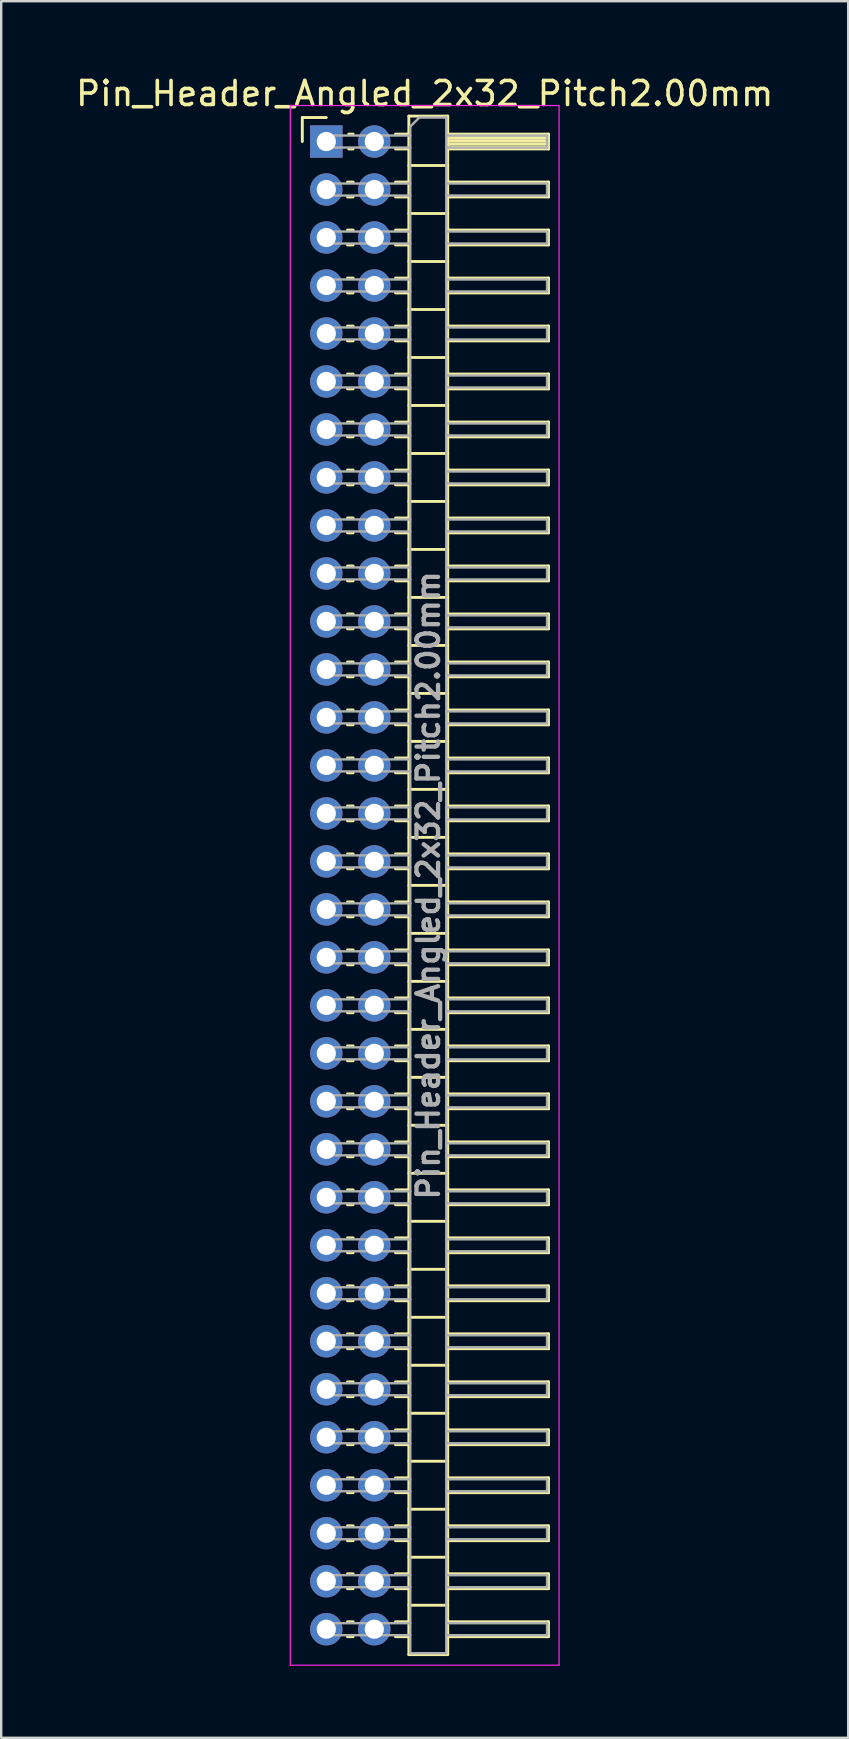
<source format=kicad_pcb>
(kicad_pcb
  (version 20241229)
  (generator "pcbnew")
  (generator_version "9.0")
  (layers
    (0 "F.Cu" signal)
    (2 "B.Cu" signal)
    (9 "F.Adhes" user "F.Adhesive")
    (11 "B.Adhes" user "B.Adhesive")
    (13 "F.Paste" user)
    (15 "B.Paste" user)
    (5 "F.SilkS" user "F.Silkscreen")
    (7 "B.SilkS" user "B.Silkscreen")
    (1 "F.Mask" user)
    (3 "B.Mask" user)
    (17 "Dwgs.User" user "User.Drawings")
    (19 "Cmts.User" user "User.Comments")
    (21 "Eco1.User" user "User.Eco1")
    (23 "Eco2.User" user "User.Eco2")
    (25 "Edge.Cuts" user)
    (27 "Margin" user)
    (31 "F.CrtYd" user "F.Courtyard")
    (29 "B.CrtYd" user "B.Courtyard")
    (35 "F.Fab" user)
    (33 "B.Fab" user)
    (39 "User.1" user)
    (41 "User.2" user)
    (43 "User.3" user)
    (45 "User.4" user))
  (footprint "Pin_Header_Angled_2x32_Pitch2.00mm"
    (layer "F.Cu")
    (at 10.549 2.848)
    (property "Reference" "Pin_Header_Angled_2x32_Pitch2.00mm" (at 4.1 -2 0) (layer "F.SilkS") (effects (font (size 1 1) (thickness 0.15))))
    (attr through_hole)
    (fp_line (start -1 -1) (end 0 -1) (stroke (width 0.12) (type solid)) (layer "F.SilkS"))
    (fp_line (start -1 0) (end -1 -1) (stroke (width 0.12) (type solid)) (layer "F.SilkS"))
    (fp_line (start 0.882 1.69) (end 1.118 1.69) (stroke (width 0.12) (type solid)) (layer "F.SilkS"))
    (fp_line (start 0.882 2.31) (end 1.118 2.31) (stroke (width 0.12) (type solid)) (layer "F.SilkS"))
    (fp_line (start 0.882 3.69) (end 1.118 3.69) (stroke (width 0.12) (type solid)) (layer "F.SilkS"))
    (fp_line (start 0.882 4.31) (end 1.118 4.31) (stroke (width 0.12) (type solid)) (layer "F.SilkS"))
    (fp_line (start 0.882 5.69) (end 1.118 5.69) (stroke (width 0.12) (type solid)) (layer "F.SilkS"))
    (fp_line (start 0.882 6.31) (end 1.118 6.31) (stroke (width 0.12) (type solid)) (layer "F.SilkS"))
    (fp_line (start 0.882 7.69) (end 1.118 7.69) (stroke (width 0.12) (type solid)) (layer "F.SilkS"))
    (fp_line (start 0.882 8.31) (end 1.118 8.31) (stroke (width 0.12) (type solid)) (layer "F.SilkS"))
    (fp_line (start 0.882 9.69) (end 1.118 9.69) (stroke (width 0.12) (type solid)) (layer "F.SilkS"))
    (fp_line (start 0.882 10.31) (end 1.118 10.31) (stroke (width 0.12) (type solid)) (layer "F.SilkS"))
    (fp_line (start 0.882 11.69) (end 1.118 11.69) (stroke (width 0.12) (type solid)) (layer "F.SilkS"))
    (fp_line (start 0.882 12.31) (end 1.118 12.31) (stroke (width 0.12) (type solid)) (layer "F.SilkS"))
    (fp_line (start 0.882 13.69) (end 1.118 13.69) (stroke (width 0.12) (type solid)) (layer "F.SilkS"))
    (fp_line (start 0.882 14.31) (end 1.118 14.31) (stroke (width 0.12) (type solid)) (layer "F.SilkS"))
    (fp_line (start 0.882 15.69) (end 1.118 15.69) (stroke (width 0.12) (type solid)) (layer "F.SilkS"))
    (fp_line (start 0.882 16.31) (end 1.118 16.31) (stroke (width 0.12) (type solid)) (layer "F.SilkS"))
    (fp_line (start 0.882 17.69) (end 1.118 17.69) (stroke (width 0.12) (type solid)) (layer "F.SilkS"))
    (fp_line (start 0.882 18.31) (end 1.118 18.31) (stroke (width 0.12) (type solid)) (layer "F.SilkS"))
    (fp_line (start 0.882 19.69) (end 1.118 19.69) (stroke (width 0.12) (type solid)) (layer "F.SilkS"))
    (fp_line (start 0.882 20.31) (end 1.118 20.31) (stroke (width 0.12) (type solid)) (layer "F.SilkS"))
    (fp_line (start 0.882 21.69) (end 1.118 21.69) (stroke (width 0.12) (type solid)) (layer "F.SilkS"))
    (fp_line (start 0.882 22.31) (end 1.118 22.31) (stroke (width 0.12) (type solid)) (layer "F.SilkS"))
    (fp_line (start 0.882 23.69) (end 1.118 23.69) (stroke (width 0.12) (type solid)) (layer "F.SilkS"))
    (fp_line (start 0.882 24.31) (end 1.118 24.31) (stroke (width 0.12) (type solid)) (layer "F.SilkS"))
    (fp_line (start 0.882 25.69) (end 1.118 25.69) (stroke (width 0.12) (type solid)) (layer "F.SilkS"))
    (fp_line (start 0.882 26.31) (end 1.118 26.31) (stroke (width 0.12) (type solid)) (layer "F.SilkS"))
    (fp_line (start 0.882 27.69) (end 1.118 27.69) (stroke (width 0.12) (type solid)) (layer "F.SilkS"))
    (fp_line (start 0.882 28.31) (end 1.118 28.31) (stroke (width 0.12) (type solid)) (layer "F.SilkS"))
    (fp_line (start 0.882 29.69) (end 1.118 29.69) (stroke (width 0.12) (type solid)) (layer "F.SilkS"))
    (fp_line (start 0.882 30.31) (end 1.118 30.31) (stroke (width 0.12) (type solid)) (layer "F.SilkS"))
    (fp_line (start 0.882 31.69) (end 1.118 31.69) (stroke (width 0.12) (type solid)) (layer "F.SilkS"))
    (fp_line (start 0.882 32.31) (end 1.118 32.31) (stroke (width 0.12) (type solid)) (layer "F.SilkS"))
    (fp_line (start 0.882 33.69) (end 1.118 33.69) (stroke (width 0.12) (type solid)) (layer "F.SilkS"))
    (fp_line (start 0.882 34.31) (end 1.118 34.31) (stroke (width 0.12) (type solid)) (layer "F.SilkS"))
    (fp_line (start 0.882 35.69) (end 1.118 35.69) (stroke (width 0.12) (type solid)) (layer "F.SilkS"))
    (fp_line (start 0.882 36.31) (end 1.118 36.31) (stroke (width 0.12) (type solid)) (layer "F.SilkS"))
    (fp_line (start 0.882 37.69) (end 1.118 37.69) (stroke (width 0.12) (type solid)) (layer "F.SilkS"))
    (fp_line (start 0.882 38.31) (end 1.118 38.31) (stroke (width 0.12) (type solid)) (layer "F.SilkS"))
    (fp_line (start 0.882 39.69) (end 1.118 39.69) (stroke (width 0.12) (type solid)) (layer "F.SilkS"))
    (fp_line (start 0.882 40.31) (end 1.118 40.31) (stroke (width 0.12) (type solid)) (layer "F.SilkS"))
    (fp_line (start 0.882 41.69) (end 1.118 41.69) (stroke (width 0.12) (type solid)) (layer "F.SilkS"))
    (fp_line (start 0.882 42.31) (end 1.118 42.31) (stroke (width 0.12) (type solid)) (layer "F.SilkS"))
    (fp_line (start 0.882 43.69) (end 1.118 43.69) (stroke (width 0.12) (type solid)) (layer "F.SilkS"))
    (fp_line (start 0.882 44.31) (end 1.118 44.31) (stroke (width 0.12) (type solid)) (layer "F.SilkS"))
    (fp_line (start 0.882 45.69) (end 1.118 45.69) (stroke (width 0.12) (type solid)) (layer "F.SilkS"))
    (fp_line (start 0.882 46.31) (end 1.118 46.31) (stroke (width 0.12) (type solid)) (layer "F.SilkS"))
    (fp_line (start 0.882 47.69) (end 1.118 47.69) (stroke (width 0.12) (type solid)) (layer "F.SilkS"))
    (fp_line (start 0.882 48.31) (end 1.118 48.31) (stroke (width 0.12) (type solid)) (layer "F.SilkS"))
    (fp_line (start 0.882 49.69) (end 1.118 49.69) (stroke (width 0.12) (type solid)) (layer "F.SilkS"))
    (fp_line (start 0.882 50.31) (end 1.118 50.31) (stroke (width 0.12) (type solid)) (layer "F.SilkS"))
    (fp_line (start 0.882 51.69) (end 1.118 51.69) (stroke (width 0.12) (type solid)) (layer "F.SilkS"))
    (fp_line (start 0.882 52.31) (end 1.118 52.31) (stroke (width 0.12) (type solid)) (layer "F.SilkS"))
    (fp_line (start 0.882 53.69) (end 1.118 53.69) (stroke (width 0.12) (type solid)) (layer "F.SilkS"))
    (fp_line (start 0.882 54.31) (end 1.118 54.31) (stroke (width 0.12) (type solid)) (layer "F.SilkS"))
    (fp_line (start 0.882 55.69) (end 1.118 55.69) (stroke (width 0.12) (type solid)) (layer "F.SilkS"))
    (fp_line (start 0.882 56.31) (end 1.118 56.31) (stroke (width 0.12) (type solid)) (layer "F.SilkS"))
    (fp_line (start 0.882 57.69) (end 1.118 57.69) (stroke (width 0.12) (type solid)) (layer "F.SilkS"))
    (fp_line (start 0.882 58.31) (end 1.118 58.31) (stroke (width 0.12) (type solid)) (layer "F.SilkS"))
    (fp_line (start 0.882 59.69) (end 1.118 59.69) (stroke (width 0.12) (type solid)) (layer "F.SilkS"))
    (fp_line (start 0.882 60.31) (end 1.118 60.31) (stroke (width 0.12) (type solid)) (layer "F.SilkS"))
    (fp_line (start 0.882 61.69) (end 1.118 61.69) (stroke (width 0.12) (type solid)) (layer "F.SilkS"))
    (fp_line (start 0.882 62.31) (end 1.118 62.31) (stroke (width 0.12) (type solid)) (layer "F.SilkS"))
    (fp_line (start 0.935 -0.31) (end 1.118 -0.31) (stroke (width 0.12) (type solid)) (layer "F.SilkS"))
    (fp_line (start 0.935 0.31) (end 1.118 0.31) (stroke (width 0.12) (type solid)) (layer "F.SilkS"))
    (fp_line (start 2.882 -0.31) (end 3.44 -0.31) (stroke (width 0.12) (type solid)) (layer "F.SilkS"))
    (fp_line (start 2.882 0.31) (end 3.44 0.31) (stroke (width 0.12) (type solid)) (layer "F.SilkS"))
    (fp_line (start 2.882 1.69) (end 3.44 1.69) (stroke (width 0.12) (type solid)) (layer "F.SilkS"))
    (fp_line (start 2.882 2.31) (end 3.44 2.31) (stroke (width 0.12) (type solid)) (layer "F.SilkS"))
    (fp_line (start 2.882 3.69) (end 3.44 3.69) (stroke (width 0.12) (type solid)) (layer "F.SilkS"))
    (fp_line (start 2.882 4.31) (end 3.44 4.31) (stroke (width 0.12) (type solid)) (layer "F.SilkS"))
    (fp_line (start 2.882 5.69) (end 3.44 5.69) (stroke (width 0.12) (type solid)) (layer "F.SilkS"))
    (fp_line (start 2.882 6.31) (end 3.44 6.31) (stroke (width 0.12) (type solid)) (layer "F.SilkS"))
    (fp_line (start 2.882 7.69) (end 3.44 7.69) (stroke (width 0.12) (type solid)) (layer "F.SilkS"))
    (fp_line (start 2.882 8.31) (end 3.44 8.31) (stroke (width 0.12) (type solid)) (layer "F.SilkS"))
    (fp_line (start 2.882 9.69) (end 3.44 9.69) (stroke (width 0.12) (type solid)) (layer "F.SilkS"))
    (fp_line (start 2.882 10.31) (end 3.44 10.31) (stroke (width 0.12) (type solid)) (layer "F.SilkS"))
    (fp_line (start 2.882 11.69) (end 3.44 11.69) (stroke (width 0.12) (type solid)) (layer "F.SilkS"))
    (fp_line (start 2.882 12.31) (end 3.44 12.31) (stroke (width 0.12) (type solid)) (layer "F.SilkS"))
    (fp_line (start 2.882 13.69) (end 3.44 13.69) (stroke (width 0.12) (type solid)) (layer "F.SilkS"))
    (fp_line (start 2.882 14.31) (end 3.44 14.31) (stroke (width 0.12) (type solid)) (layer "F.SilkS"))
    (fp_line (start 2.882 15.69) (end 3.44 15.69) (stroke (width 0.12) (type solid)) (layer "F.SilkS"))
    (fp_line (start 2.882 16.31) (end 3.44 16.31) (stroke (width 0.12) (type solid)) (layer "F.SilkS"))
    (fp_line (start 2.882 17.69) (end 3.44 17.69) (stroke (width 0.12) (type solid)) (layer "F.SilkS"))
    (fp_line (start 2.882 18.31) (end 3.44 18.31) (stroke (width 0.12) (type solid)) (layer "F.SilkS"))
    (fp_line (start 2.882 19.69) (end 3.44 19.69) (stroke (width 0.12) (type solid)) (layer "F.SilkS"))
    (fp_line (start 2.882 20.31) (end 3.44 20.31) (stroke (width 0.12) (type solid)) (layer "F.SilkS"))
    (fp_line (start 2.882 21.69) (end 3.44 21.69) (stroke (width 0.12) (type solid)) (layer "F.SilkS"))
    (fp_line (start 2.882 22.31) (end 3.44 22.31) (stroke (width 0.12) (type solid)) (layer "F.SilkS"))
    (fp_line (start 2.882 23.69) (end 3.44 23.69) (stroke (width 0.12) (type solid)) (layer "F.SilkS"))
    (fp_line (start 2.882 24.31) (end 3.44 24.31) (stroke (width 0.12) (type solid)) (layer "F.SilkS"))
    (fp_line (start 2.882 25.69) (end 3.44 25.69) (stroke (width 0.12) (type solid)) (layer "F.SilkS"))
    (fp_line (start 2.882 26.31) (end 3.44 26.31) (stroke (width 0.12) (type solid)) (layer "F.SilkS"))
    (fp_line (start 2.882 27.69) (end 3.44 27.69) (stroke (width 0.12) (type solid)) (layer "F.SilkS"))
    (fp_line (start 2.882 28.31) (end 3.44 28.31) (stroke (width 0.12) (type solid)) (layer "F.SilkS"))
    (fp_line (start 2.882 29.69) (end 3.44 29.69) (stroke (width 0.12) (type solid)) (layer "F.SilkS"))
    (fp_line (start 2.882 30.31) (end 3.44 30.31) (stroke (width 0.12) (type solid)) (layer "F.SilkS"))
    (fp_line (start 2.882 31.69) (end 3.44 31.69) (stroke (width 0.12) (type solid)) (layer "F.SilkS"))
    (fp_line (start 2.882 32.31) (end 3.44 32.31) (stroke (width 0.12) (type solid)) (layer "F.SilkS"))
    (fp_line (start 2.882 33.69) (end 3.44 33.69) (stroke (width 0.12) (type solid)) (layer "F.SilkS"))
    (fp_line (start 2.882 34.31) (end 3.44 34.31) (stroke (width 0.12) (type solid)) (layer "F.SilkS"))
    (fp_line (start 2.882 35.69) (end 3.44 35.69) (stroke (width 0.12) (type solid)) (layer "F.SilkS"))
    (fp_line (start 2.882 36.31) (end 3.44 36.31) (stroke (width 0.12) (type solid)) (layer "F.SilkS"))
    (fp_line (start 2.882 37.69) (end 3.44 37.69) (stroke (width 0.12) (type solid)) (layer "F.SilkS"))
    (fp_line (start 2.882 38.31) (end 3.44 38.31) (stroke (width 0.12) (type solid)) (layer "F.SilkS"))
    (fp_line (start 2.882 39.69) (end 3.44 39.69) (stroke (width 0.12) (type solid)) (layer "F.SilkS"))
    (fp_line (start 2.882 40.31) (end 3.44 40.31) (stroke (width 0.12) (type solid)) (layer "F.SilkS"))
    (fp_line (start 2.882 41.69) (end 3.44 41.69) (stroke (width 0.12) (type solid)) (layer "F.SilkS"))
    (fp_line (start 2.882 42.31) (end 3.44 42.31) (stroke (width 0.12) (type solid)) (layer "F.SilkS"))
    (fp_line (start 2.882 43.69) (end 3.44 43.69) (stroke (width 0.12) (type solid)) (layer "F.SilkS"))
    (fp_line (start 2.882 44.31) (end 3.44 44.31) (stroke (width 0.12) (type solid)) (layer "F.SilkS"))
    (fp_line (start 2.882 45.69) (end 3.44 45.69) (stroke (width 0.12) (type solid)) (layer "F.SilkS"))
    (fp_line (start 2.882 46.31) (end 3.44 46.31) (stroke (width 0.12) (type solid)) (layer "F.SilkS"))
    (fp_line (start 2.882 47.69) (end 3.44 47.69) (stroke (width 0.12) (type solid)) (layer "F.SilkS"))
    (fp_line (start 2.882 48.31) (end 3.44 48.31) (stroke (width 0.12) (type solid)) (layer "F.SilkS"))
    (fp_line (start 2.882 49.69) (end 3.44 49.69) (stroke (width 0.12) (type solid)) (layer "F.SilkS"))
    (fp_line (start 2.882 50.31) (end 3.44 50.31) (stroke (width 0.12) (type solid)) (layer "F.SilkS"))
    (fp_line (start 2.882 51.69) (end 3.44 51.69) (stroke (width 0.12) (type solid)) (layer "F.SilkS"))
    (fp_line (start 2.882 52.31) (end 3.44 52.31) (stroke (width 0.12) (type solid)) (layer "F.SilkS"))
    (fp_line (start 2.882 53.69) (end 3.44 53.69) (stroke (width 0.12) (type solid)) (layer "F.SilkS"))
    (fp_line (start 2.882 54.31) (end 3.44 54.31) (stroke (width 0.12) (type solid)) (layer "F.SilkS"))
    (fp_line (start 2.882 55.69) (end 3.44 55.69) (stroke (width 0.12) (type solid)) (layer "F.SilkS"))
    (fp_line (start 2.882 56.31) (end 3.44 56.31) (stroke (width 0.12) (type solid)) (layer "F.SilkS"))
    (fp_line (start 2.882 57.69) (end 3.44 57.69) (stroke (width 0.12) (type solid)) (layer "F.SilkS"))
    (fp_line (start 2.882 58.31) (end 3.44 58.31) (stroke (width 0.12) (type solid)) (layer "F.SilkS"))
    (fp_line (start 2.882 59.69) (end 3.44 59.69) (stroke (width 0.12) (type solid)) (layer "F.SilkS"))
    (fp_line (start 2.882 60.31) (end 3.44 60.31) (stroke (width 0.12) (type solid)) (layer "F.SilkS"))
    (fp_line (start 2.882 61.69) (end 3.44 61.69) (stroke (width 0.12) (type solid)) (layer "F.SilkS"))
    (fp_line (start 2.882 62.31) (end 3.44 62.31) (stroke (width 0.12) (type solid)) (layer "F.SilkS"))
    (fp_line (start 3.44 -1.06) (end 3.44 63.06) (stroke (width 0.12) (type solid)) (layer "F.SilkS"))
    (fp_line (start 3.44 1) (end 5.06 1) (stroke (width 0.12) (type solid)) (layer "F.SilkS"))
    (fp_line (start 3.44 3) (end 5.06 3) (stroke (width 0.12) (type solid)) (layer "F.SilkS"))
    (fp_line (start 3.44 5) (end 5.06 5) (stroke (width 0.12) (type solid)) (layer "F.SilkS"))
    (fp_line (start 3.44 7) (end 5.06 7) (stroke (width 0.12) (type solid)) (layer "F.SilkS"))
    (fp_line (start 3.44 9) (end 5.06 9) (stroke (width 0.12) (type solid)) (layer "F.SilkS"))
    (fp_line (start 3.44 11) (end 5.06 11) (stroke (width 0.12) (type solid)) (layer "F.SilkS"))
    (fp_line (start 3.44 13) (end 5.06 13) (stroke (width 0.12) (type solid)) (layer "F.SilkS"))
    (fp_line (start 3.44 15) (end 5.06 15) (stroke (width 0.12) (type solid)) (layer "F.SilkS"))
    (fp_line (start 3.44 17) (end 5.06 17) (stroke (width 0.12) (type solid)) (layer "F.SilkS"))
    (fp_line (start 3.44 19) (end 5.06 19) (stroke (width 0.12) (type solid)) (layer "F.SilkS"))
    (fp_line (start 3.44 21) (end 5.06 21) (stroke (width 0.12) (type solid)) (layer "F.SilkS"))
    (fp_line (start 3.44 23) (end 5.06 23) (stroke (width 0.12) (type solid)) (layer "F.SilkS"))
    (fp_line (start 3.44 25) (end 5.06 25) (stroke (width 0.12) (type solid)) (layer "F.SilkS"))
    (fp_line (start 3.44 27) (end 5.06 27) (stroke (width 0.12) (type solid)) (layer "F.SilkS"))
    (fp_line (start 3.44 29) (end 5.06 29) (stroke (width 0.12) (type solid)) (layer "F.SilkS"))
    (fp_line (start 3.44 31) (end 5.06 31) (stroke (width 0.12) (type solid)) (layer "F.SilkS"))
    (fp_line (start 3.44 33) (end 5.06 33) (stroke (width 0.12) (type solid)) (layer "F.SilkS"))
    (fp_line (start 3.44 35) (end 5.06 35) (stroke (width 0.12) (type solid)) (layer "F.SilkS"))
    (fp_line (start 3.44 37) (end 5.06 37) (stroke (width 0.12) (type solid)) (layer "F.SilkS"))
    (fp_line (start 3.44 39) (end 5.06 39) (stroke (width 0.12) (type solid)) (layer "F.SilkS"))
    (fp_line (start 3.44 41) (end 5.06 41) (stroke (width 0.12) (type solid)) (layer "F.SilkS"))
    (fp_line (start 3.44 43) (end 5.06 43) (stroke (width 0.12) (type solid)) (layer "F.SilkS"))
    (fp_line (start 3.44 45) (end 5.06 45) (stroke (width 0.12) (type solid)) (layer "F.SilkS"))
    (fp_line (start 3.44 47) (end 5.06 47) (stroke (width 0.12) (type solid)) (layer "F.SilkS"))
    (fp_line (start 3.44 49) (end 5.06 49) (stroke (width 0.12) (type solid)) (layer "F.SilkS"))
    (fp_line (start 3.44 51) (end 5.06 51) (stroke (width 0.12) (type solid)) (layer "F.SilkS"))
    (fp_line (start 3.44 53) (end 5.06 53) (stroke (width 0.12) (type solid)) (layer "F.SilkS"))
    (fp_line (start 3.44 55) (end 5.06 55) (stroke (width 0.12) (type solid)) (layer "F.SilkS"))
    (fp_line (start 3.44 57) (end 5.06 57) (stroke (width 0.12) (type solid)) (layer "F.SilkS"))
    (fp_line (start 3.44 59) (end 5.06 59) (stroke (width 0.12) (type solid)) (layer "F.SilkS"))
    (fp_line (start 3.44 61) (end 5.06 61) (stroke (width 0.12) (type solid)) (layer "F.SilkS"))
    (fp_line (start 3.44 63.06) (end 5.06 63.06) (stroke (width 0.12) (type solid)) (layer "F.SilkS"))
    (fp_line (start 5.06 -1.06) (end 3.44 -1.06) (stroke (width 0.12) (type solid)) (layer "F.SilkS"))
    (fp_line (start 5.06 -0.31) (end 9.26 -0.31) (stroke (width 0.12) (type solid)) (layer "F.SilkS"))
    (fp_line (start 5.06 -0.25) (end 9.26 -0.25) (stroke (width 0.12) (type solid)) (layer "F.SilkS"))
    (fp_line (start 5.06 -0.13) (end 9.26 -0.13) (stroke (width 0.12) (type solid)) (layer "F.SilkS"))
    (fp_line (start 5.06 -0.01) (end 9.26 -0.01) (stroke (width 0.12) (type solid)) (layer "F.SilkS"))
    (fp_line (start 5.06 0.11) (end 9.26 0.11) (stroke (width 0.12) (type solid)) (layer "F.SilkS"))
    (fp_line (start 5.06 0.23) (end 9.26 0.23) (stroke (width 0.12) (type solid)) (layer "F.SilkS"))
    (fp_line (start 5.06 1.69) (end 9.26 1.69) (stroke (width 0.12) (type solid)) (layer "F.SilkS"))
    (fp_line (start 5.06 3.69) (end 9.26 3.69) (stroke (width 0.12) (type solid)) (layer "F.SilkS"))
    (fp_line (start 5.06 5.69) (end 9.26 5.69) (stroke (width 0.12) (type solid)) (layer "F.SilkS"))
    (fp_line (start 5.06 7.69) (end 9.26 7.69) (stroke (width 0.12) (type solid)) (layer "F.SilkS"))
    (fp_line (start 5.06 9.69) (end 9.26 9.69) (stroke (width 0.12) (type solid)) (layer "F.SilkS"))
    (fp_line (start 5.06 11.69) (end 9.26 11.69) (stroke (width 0.12) (type solid)) (layer "F.SilkS"))
    (fp_line (start 5.06 13.69) (end 9.26 13.69) (stroke (width 0.12) (type solid)) (layer "F.SilkS"))
    (fp_line (start 5.06 15.69) (end 9.26 15.69) (stroke (width 0.12) (type solid)) (layer "F.SilkS"))
    (fp_line (start 5.06 17.69) (end 9.26 17.69) (stroke (width 0.12) (type solid)) (layer "F.SilkS"))
    (fp_line (start 5.06 19.69) (end 9.26 19.69) (stroke (width 0.12) (type solid)) (layer "F.SilkS"))
    (fp_line (start 5.06 21.69) (end 9.26 21.69) (stroke (width 0.12) (type solid)) (layer "F.SilkS"))
    (fp_line (start 5.06 23.69) (end 9.26 23.69) (stroke (width 0.12) (type solid)) (layer "F.SilkS"))
    (fp_line (start 5.06 25.69) (end 9.26 25.69) (stroke (width 0.12) (type solid)) (layer "F.SilkS"))
    (fp_line (start 5.06 27.69) (end 9.26 27.69) (stroke (width 0.12) (type solid)) (layer "F.SilkS"))
    (fp_line (start 5.06 29.69) (end 9.26 29.69) (stroke (width 0.12) (type solid)) (layer "F.SilkS"))
    (fp_line (start 5.06 31.69) (end 9.26 31.69) (stroke (width 0.12) (type solid)) (layer "F.SilkS"))
    (fp_line (start 5.06 33.69) (end 9.26 33.69) (stroke (width 0.12) (type solid)) (layer "F.SilkS"))
    (fp_line (start 5.06 35.69) (end 9.26 35.69) (stroke (width 0.12) (type solid)) (layer "F.SilkS"))
    (fp_line (start 5.06 37.69) (end 9.26 37.69) (stroke (width 0.12) (type solid)) (layer "F.SilkS"))
    (fp_line (start 5.06 39.69) (end 9.26 39.69) (stroke (width 0.12) (type solid)) (layer "F.SilkS"))
    (fp_line (start 5.06 41.69) (end 9.26 41.69) (stroke (width 0.12) (type solid)) (layer "F.SilkS"))
    (fp_line (start 5.06 43.69) (end 9.26 43.69) (stroke (width 0.12) (type solid)) (layer "F.SilkS"))
    (fp_line (start 5.06 45.69) (end 9.26 45.69) (stroke (width 0.12) (type solid)) (layer "F.SilkS"))
    (fp_line (start 5.06 47.69) (end 9.26 47.69) (stroke (width 0.12) (type solid)) (layer "F.SilkS"))
    (fp_line (start 5.06 49.69) (end 9.26 49.69) (stroke (width 0.12) (type solid)) (layer "F.SilkS"))
    (fp_line (start 5.06 51.69) (end 9.26 51.69) (stroke (width 0.12) (type solid)) (layer "F.SilkS"))
    (fp_line (start 5.06 53.69) (end 9.26 53.69) (stroke (width 0.12) (type solid)) (layer "F.SilkS"))
    (fp_line (start 5.06 55.69) (end 9.26 55.69) (stroke (width 0.12) (type solid)) (layer "F.SilkS"))
    (fp_line (start 5.06 57.69) (end 9.26 57.69) (stroke (width 0.12) (type solid)) (layer "F.SilkS"))
    (fp_line (start 5.06 59.69) (end 9.26 59.69) (stroke (width 0.12) (type solid)) (layer "F.SilkS"))
    (fp_line (start 5.06 61.69) (end 9.26 61.69) (stroke (width 0.12) (type solid)) (layer "F.SilkS"))
    (fp_line (start 5.06 63.06) (end 5.06 -1.06) (stroke (width 0.12) (type solid)) (layer "F.SilkS"))
    (fp_line (start 9.26 -0.31) (end 9.26 0.31) (stroke (width 0.12) (type solid)) (layer "F.SilkS"))
    (fp_line (start 9.26 0.31) (end 5.06 0.31) (stroke (width 0.12) (type solid)) (layer "F.SilkS"))
    (fp_line (start 9.26 1.69) (end 9.26 2.31) (stroke (width 0.12) (type solid)) (layer "F.SilkS"))
    (fp_line (start 9.26 2.31) (end 5.06 2.31) (stroke (width 0.12) (type solid)) (layer "F.SilkS"))
    (fp_line (start 9.26 3.69) (end 9.26 4.31) (stroke (width 0.12) (type solid)) (layer "F.SilkS"))
    (fp_line (start 9.26 4.31) (end 5.06 4.31) (stroke (width 0.12) (type solid)) (layer "F.SilkS"))
    (fp_line (start 9.26 5.69) (end 9.26 6.31) (stroke (width 0.12) (type solid)) (layer "F.SilkS"))
    (fp_line (start 9.26 6.31) (end 5.06 6.31) (stroke (width 0.12) (type solid)) (layer "F.SilkS"))
    (fp_line (start 9.26 7.69) (end 9.26 8.31) (stroke (width 0.12) (type solid)) (layer "F.SilkS"))
    (fp_line (start 9.26 8.31) (end 5.06 8.31) (stroke (width 0.12) (type solid)) (layer "F.SilkS"))
    (fp_line (start 9.26 9.69) (end 9.26 10.31) (stroke (width 0.12) (type solid)) (layer "F.SilkS"))
    (fp_line (start 9.26 10.31) (end 5.06 10.31) (stroke (width 0.12) (type solid)) (layer "F.SilkS"))
    (fp_line (start 9.26 11.69) (end 9.26 12.31) (stroke (width 0.12) (type solid)) (layer "F.SilkS"))
    (fp_line (start 9.26 12.31) (end 5.06 12.31) (stroke (width 0.12) (type solid)) (layer "F.SilkS"))
    (fp_line (start 9.26 13.69) (end 9.26 14.31) (stroke (width 0.12) (type solid)) (layer "F.SilkS"))
    (fp_line (start 9.26 14.31) (end 5.06 14.31) (stroke (width 0.12) (type solid)) (layer "F.SilkS"))
    (fp_line (start 9.26 15.69) (end 9.26 16.31) (stroke (width 0.12) (type solid)) (layer "F.SilkS"))
    (fp_line (start 9.26 16.31) (end 5.06 16.31) (stroke (width 0.12) (type solid)) (layer "F.SilkS"))
    (fp_line (start 9.26 17.69) (end 9.26 18.31) (stroke (width 0.12) (type solid)) (layer "F.SilkS"))
    (fp_line (start 9.26 18.31) (end 5.06 18.31) (stroke (width 0.12) (type solid)) (layer "F.SilkS"))
    (fp_line (start 9.26 19.69) (end 9.26 20.31) (stroke (width 0.12) (type solid)) (layer "F.SilkS"))
    (fp_line (start 9.26 20.31) (end 5.06 20.31) (stroke (width 0.12) (type solid)) (layer "F.SilkS"))
    (fp_line (start 9.26 21.69) (end 9.26 22.31) (stroke (width 0.12) (type solid)) (layer "F.SilkS"))
    (fp_line (start 9.26 22.31) (end 5.06 22.31) (stroke (width 0.12) (type solid)) (layer "F.SilkS"))
    (fp_line (start 9.26 23.69) (end 9.26 24.31) (stroke (width 0.12) (type solid)) (layer "F.SilkS"))
    (fp_line (start 9.26 24.31) (end 5.06 24.31) (stroke (width 0.12) (type solid)) (layer "F.SilkS"))
    (fp_line (start 9.26 25.69) (end 9.26 26.31) (stroke (width 0.12) (type solid)) (layer "F.SilkS"))
    (fp_line (start 9.26 26.31) (end 5.06 26.31) (stroke (width 0.12) (type solid)) (layer "F.SilkS"))
    (fp_line (start 9.26 27.69) (end 9.26 28.31) (stroke (width 0.12) (type solid)) (layer "F.SilkS"))
    (fp_line (start 9.26 28.31) (end 5.06 28.31) (stroke (width 0.12) (type solid)) (layer "F.SilkS"))
    (fp_line (start 9.26 29.69) (end 9.26 30.31) (stroke (width 0.12) (type solid)) (layer "F.SilkS"))
    (fp_line (start 9.26 30.31) (end 5.06 30.31) (stroke (width 0.12) (type solid)) (layer "F.SilkS"))
    (fp_line (start 9.26 31.69) (end 9.26 32.31) (stroke (width 0.12) (type solid)) (layer "F.SilkS"))
    (fp_line (start 9.26 32.31) (end 5.06 32.31) (stroke (width 0.12) (type solid)) (layer "F.SilkS"))
    (fp_line (start 9.26 33.69) (end 9.26 34.31) (stroke (width 0.12) (type solid)) (layer "F.SilkS"))
    (fp_line (start 9.26 34.31) (end 5.06 34.31) (stroke (width 0.12) (type solid)) (layer "F.SilkS"))
    (fp_line (start 9.26 35.69) (end 9.26 36.31) (stroke (width 0.12) (type solid)) (layer "F.SilkS"))
    (fp_line (start 9.26 36.31) (end 5.06 36.31) (stroke (width 0.12) (type solid)) (layer "F.SilkS"))
    (fp_line (start 9.26 37.69) (end 9.26 38.31) (stroke (width 0.12) (type solid)) (layer "F.SilkS"))
    (fp_line (start 9.26 38.31) (end 5.06 38.31) (stroke (width 0.12) (type solid)) (layer "F.SilkS"))
    (fp_line (start 9.26 39.69) (end 9.26 40.31) (stroke (width 0.12) (type solid)) (layer "F.SilkS"))
    (fp_line (start 9.26 40.31) (end 5.06 40.31) (stroke (width 0.12) (type solid)) (layer "F.SilkS"))
    (fp_line (start 9.26 41.69) (end 9.26 42.31) (stroke (width 0.12) (type solid)) (layer "F.SilkS"))
    (fp_line (start 9.26 42.31) (end 5.06 42.31) (stroke (width 0.12) (type solid)) (layer "F.SilkS"))
    (fp_line (start 9.26 43.69) (end 9.26 44.31) (stroke (width 0.12) (type solid)) (layer "F.SilkS"))
    (fp_line (start 9.26 44.31) (end 5.06 44.31) (stroke (width 0.12) (type solid)) (layer "F.SilkS"))
    (fp_line (start 9.26 45.69) (end 9.26 46.31) (stroke (width 0.12) (type solid)) (layer "F.SilkS"))
    (fp_line (start 9.26 46.31) (end 5.06 46.31) (stroke (width 0.12) (type solid)) (layer "F.SilkS"))
    (fp_line (start 9.26 47.69) (end 9.26 48.31) (stroke (width 0.12) (type solid)) (layer "F.SilkS"))
    (fp_line (start 9.26 48.31) (end 5.06 48.31) (stroke (width 0.12) (type solid)) (layer "F.SilkS"))
    (fp_line (start 9.26 49.69) (end 9.26 50.31) (stroke (width 0.12) (type solid)) (layer "F.SilkS"))
    (fp_line (start 9.26 50.31) (end 5.06 50.31) (stroke (width 0.12) (type solid)) (layer "F.SilkS"))
    (fp_line (start 9.26 51.69) (end 9.26 52.31) (stroke (width 0.12) (type solid)) (layer "F.SilkS"))
    (fp_line (start 9.26 52.31) (end 5.06 52.31) (stroke (width 0.12) (type solid)) (layer "F.SilkS"))
    (fp_line (start 9.26 53.69) (end 9.26 54.31) (stroke (width 0.12) (type solid)) (layer "F.SilkS"))
    (fp_line (start 9.26 54.31) (end 5.06 54.31) (stroke (width 0.12) (type solid)) (layer "F.SilkS"))
    (fp_line (start 9.26 55.69) (end 9.26 56.31) (stroke (width 0.12) (type solid)) (layer "F.SilkS"))
    (fp_line (start 9.26 56.31) (end 5.06 56.31) (stroke (width 0.12) (type solid)) (layer "F.SilkS"))
    (fp_line (start 9.26 57.69) (end 9.26 58.31) (stroke (width 0.12) (type solid)) (layer "F.SilkS"))
    (fp_line (start 9.26 58.31) (end 5.06 58.31) (stroke (width 0.12) (type solid)) (layer "F.SilkS"))
    (fp_line (start 9.26 59.69) (end 9.26 60.31) (stroke (width 0.12) (type solid)) (layer "F.SilkS"))
    (fp_line (start 9.26 60.31) (end 5.06 60.31) (stroke (width 0.12) (type solid)) (layer "F.SilkS"))
    (fp_line (start 9.26 61.69) (end 9.26 62.31) (stroke (width 0.12) (type solid)) (layer "F.SilkS"))
    (fp_line (start 9.26 62.31) (end 5.06 62.31) (stroke (width 0.12) (type solid)) (layer "F.SilkS"))
    (fp_line (start -1.5 -1.5) (end -1.5 63.5) (stroke (width 0.05) (type solid)) (layer "F.CrtYd"))
    (fp_line (start -1.5 63.5) (end 9.7 63.5) (stroke (width 0.05) (type solid)) (layer "F.CrtYd"))
    (fp_line (start 9.7 -1.5) (end -1.5 -1.5) (stroke (width 0.05) (type solid)) (layer "F.CrtYd"))
    (fp_line (start 9.7 63.5) (end 9.7 -1.5) (stroke (width 0.05) (type solid)) (layer "F.CrtYd"))
    (fp_line (start -0.25 -0.25) (end -0.25 0.25) (stroke (width 0.1) (type solid)) (layer "F.Fab"))
    (fp_line (start -0.25 -0.25) (end 3.5 -0.25) (stroke (width 0.1) (type solid)) (layer "F.Fab"))
    (fp_line (start -0.25 0.25) (end 3.5 0.25) (stroke (width 0.1) (type solid)) (layer "F.Fab"))
    (fp_line (start -0.25 1.75) (end -0.25 2.25) (stroke (width 0.1) (type solid)) (layer "F.Fab"))
    (fp_line (start -0.25 1.75) (end 3.5 1.75) (stroke (width 0.1) (type solid)) (layer "F.Fab"))
    (fp_line (start -0.25 2.25) (end 3.5 2.25) (stroke (width 0.1) (type solid)) (layer "F.Fab"))
    (fp_line (start -0.25 3.75) (end -0.25 4.25) (stroke (width 0.1) (type solid)) (layer "F.Fab"))
    (fp_line (start -0.25 3.75) (end 3.5 3.75) (stroke (width 0.1) (type solid)) (layer "F.Fab"))
    (fp_line (start -0.25 4.25) (end 3.5 4.25) (stroke (width 0.1) (type solid)) (layer "F.Fab"))
    (fp_line (start -0.25 5.75) (end -0.25 6.25) (stroke (width 0.1) (type solid)) (layer "F.Fab"))
    (fp_line (start -0.25 5.75) (end 3.5 5.75) (stroke (width 0.1) (type solid)) (layer "F.Fab"))
    (fp_line (start -0.25 6.25) (end 3.5 6.25) (stroke (width 0.1) (type solid)) (layer "F.Fab"))
    (fp_line (start -0.25 7.75) (end -0.25 8.25) (stroke (width 0.1) (type solid)) (layer "F.Fab"))
    (fp_line (start -0.25 7.75) (end 3.5 7.75) (stroke (width 0.1) (type solid)) (layer "F.Fab"))
    (fp_line (start -0.25 8.25) (end 3.5 8.25) (stroke (width 0.1) (type solid)) (layer "F.Fab"))
    (fp_line (start -0.25 9.75) (end -0.25 10.25) (stroke (width 0.1) (type solid)) (layer "F.Fab"))
    (fp_line (start -0.25 9.75) (end 3.5 9.75) (stroke (width 0.1) (type solid)) (layer "F.Fab"))
    (fp_line (start -0.25 10.25) (end 3.5 10.25) (stroke (width 0.1) (type solid)) (layer "F.Fab"))
    (fp_line (start -0.25 11.75) (end -0.25 12.25) (stroke (width 0.1) (type solid)) (layer "F.Fab"))
    (fp_line (start -0.25 11.75) (end 3.5 11.75) (stroke (width 0.1) (type solid)) (layer "F.Fab"))
    (fp_line (start -0.25 12.25) (end 3.5 12.25) (stroke (width 0.1) (type solid)) (layer "F.Fab"))
    (fp_line (start -0.25 13.75) (end -0.25 14.25) (stroke (width 0.1) (type solid)) (layer "F.Fab"))
    (fp_line (start -0.25 13.75) (end 3.5 13.75) (stroke (width 0.1) (type solid)) (layer "F.Fab"))
    (fp_line (start -0.25 14.25) (end 3.5 14.25) (stroke (width 0.1) (type solid)) (layer "F.Fab"))
    (fp_line (start -0.25 15.75) (end -0.25 16.25) (stroke (width 0.1) (type solid)) (layer "F.Fab"))
    (fp_line (start -0.25 15.75) (end 3.5 15.75) (stroke (width 0.1) (type solid)) (layer "F.Fab"))
    (fp_line (start -0.25 16.25) (end 3.5 16.25) (stroke (width 0.1) (type solid)) (layer "F.Fab"))
    (fp_line (start -0.25 17.75) (end -0.25 18.25) (stroke (width 0.1) (type solid)) (layer "F.Fab"))
    (fp_line (start -0.25 17.75) (end 3.5 17.75) (stroke (width 0.1) (type solid)) (layer "F.Fab"))
    (fp_line (start -0.25 18.25) (end 3.5 18.25) (stroke (width 0.1) (type solid)) (layer "F.Fab"))
    (fp_line (start -0.25 19.75) (end -0.25 20.25) (stroke (width 0.1) (type solid)) (layer "F.Fab"))
    (fp_line (start -0.25 19.75) (end 3.5 19.75) (stroke (width 0.1) (type solid)) (layer "F.Fab"))
    (fp_line (start -0.25 20.25) (end 3.5 20.25) (stroke (width 0.1) (type solid)) (layer "F.Fab"))
    (fp_line (start -0.25 21.75) (end -0.25 22.25) (stroke (width 0.1) (type solid)) (layer "F.Fab"))
    (fp_line (start -0.25 21.75) (end 3.5 21.75) (stroke (width 0.1) (type solid)) (layer "F.Fab"))
    (fp_line (start -0.25 22.25) (end 3.5 22.25) (stroke (width 0.1) (type solid)) (layer "F.Fab"))
    (fp_line (start -0.25 23.75) (end -0.25 24.25) (stroke (width 0.1) (type solid)) (layer "F.Fab"))
    (fp_line (start -0.25 23.75) (end 3.5 23.75) (stroke (width 0.1) (type solid)) (layer "F.Fab"))
    (fp_line (start -0.25 24.25) (end 3.5 24.25) (stroke (width 0.1) (type solid)) (layer "F.Fab"))
    (fp_line (start -0.25 25.75) (end -0.25 26.25) (stroke (width 0.1) (type solid)) (layer "F.Fab"))
    (fp_line (start -0.25 25.75) (end 3.5 25.75) (stroke (width 0.1) (type solid)) (layer "F.Fab"))
    (fp_line (start -0.25 26.25) (end 3.5 26.25) (stroke (width 0.1) (type solid)) (layer "F.Fab"))
    (fp_line (start -0.25 27.75) (end -0.25 28.25) (stroke (width 0.1) (type solid)) (layer "F.Fab"))
    (fp_line (start -0.25 27.75) (end 3.5 27.75) (stroke (width 0.1) (type solid)) (layer "F.Fab"))
    (fp_line (start -0.25 28.25) (end 3.5 28.25) (stroke (width 0.1) (type solid)) (layer "F.Fab"))
    (fp_line (start -0.25 29.75) (end -0.25 30.25) (stroke (width 0.1) (type solid)) (layer "F.Fab"))
    (fp_line (start -0.25 29.75) (end 3.5 29.75) (stroke (width 0.1) (type solid)) (layer "F.Fab"))
    (fp_line (start -0.25 30.25) (end 3.5 30.25) (stroke (width 0.1) (type solid)) (layer "F.Fab"))
    (fp_line (start -0.25 31.75) (end -0.25 32.25) (stroke (width 0.1) (type solid)) (layer "F.Fab"))
    (fp_line (start -0.25 31.75) (end 3.5 31.75) (stroke (width 0.1) (type solid)) (layer "F.Fab"))
    (fp_line (start -0.25 32.25) (end 3.5 32.25) (stroke (width 0.1) (type solid)) (layer "F.Fab"))
    (fp_line (start -0.25 33.75) (end -0.25 34.25) (stroke (width 0.1) (type solid)) (layer "F.Fab"))
    (fp_line (start -0.25 33.75) (end 3.5 33.75) (stroke (width 0.1) (type solid)) (layer "F.Fab"))
    (fp_line (start -0.25 34.25) (end 3.5 34.25) (stroke (width 0.1) (type solid)) (layer "F.Fab"))
    (fp_line (start -0.25 35.75) (end -0.25 36.25) (stroke (width 0.1) (type solid)) (layer "F.Fab"))
    (fp_line (start -0.25 35.75) (end 3.5 35.75) (stroke (width 0.1) (type solid)) (layer "F.Fab"))
    (fp_line (start -0.25 36.25) (end 3.5 36.25) (stroke (width 0.1) (type solid)) (layer "F.Fab"))
    (fp_line (start -0.25 37.75) (end -0.25 38.25) (stroke (width 0.1) (type solid)) (layer "F.Fab"))
    (fp_line (start -0.25 37.75) (end 3.5 37.75) (stroke (width 0.1) (type solid)) (layer "F.Fab"))
    (fp_line (start -0.25 38.25) (end 3.5 38.25) (stroke (width 0.1) (type solid)) (layer "F.Fab"))
    (fp_line (start -0.25 39.75) (end -0.25 40.25) (stroke (width 0.1) (type solid)) (layer "F.Fab"))
    (fp_line (start -0.25 39.75) (end 3.5 39.75) (stroke (width 0.1) (type solid)) (layer "F.Fab"))
    (fp_line (start -0.25 40.25) (end 3.5 40.25) (stroke (width 0.1) (type solid)) (layer "F.Fab"))
    (fp_line (start -0.25 41.75) (end -0.25 42.25) (stroke (width 0.1) (type solid)) (layer "F.Fab"))
    (fp_line (start -0.25 41.75) (end 3.5 41.75) (stroke (width 0.1) (type solid)) (layer "F.Fab"))
    (fp_line (start -0.25 42.25) (end 3.5 42.25) (stroke (width 0.1) (type solid)) (layer "F.Fab"))
    (fp_line (start -0.25 43.75) (end -0.25 44.25) (stroke (width 0.1) (type solid)) (layer "F.Fab"))
    (fp_line (start -0.25 43.75) (end 3.5 43.75) (stroke (width 0.1) (type solid)) (layer "F.Fab"))
    (fp_line (start -0.25 44.25) (end 3.5 44.25) (stroke (width 0.1) (type solid)) (layer "F.Fab"))
    (fp_line (start -0.25 45.75) (end -0.25 46.25) (stroke (width 0.1) (type solid)) (layer "F.Fab"))
    (fp_line (start -0.25 45.75) (end 3.5 45.75) (stroke (width 0.1) (type solid)) (layer "F.Fab"))
    (fp_line (start -0.25 46.25) (end 3.5 46.25) (stroke (width 0.1) (type solid)) (layer "F.Fab"))
    (fp_line (start -0.25 47.75) (end -0.25 48.25) (stroke (width 0.1) (type solid)) (layer "F.Fab"))
    (fp_line (start -0.25 47.75) (end 3.5 47.75) (stroke (width 0.1) (type solid)) (layer "F.Fab"))
    (fp_line (start -0.25 48.25) (end 3.5 48.25) (stroke (width 0.1) (type solid)) (layer "F.Fab"))
    (fp_line (start -0.25 49.75) (end -0.25 50.25) (stroke (width 0.1) (type solid)) (layer "F.Fab"))
    (fp_line (start -0.25 49.75) (end 3.5 49.75) (stroke (width 0.1) (type solid)) (layer "F.Fab"))
    (fp_line (start -0.25 50.25) (end 3.5 50.25) (stroke (width 0.1) (type solid)) (layer "F.Fab"))
    (fp_line (start -0.25 51.75) (end -0.25 52.25) (stroke (width 0.1) (type solid)) (layer "F.Fab"))
    (fp_line (start -0.25 51.75) (end 3.5 51.75) (stroke (width 0.1) (type solid)) (layer "F.Fab"))
    (fp_line (start -0.25 52.25) (end 3.5 52.25) (stroke (width 0.1) (type solid)) (layer "F.Fab"))
    (fp_line (start -0.25 53.75) (end -0.25 54.25) (stroke (width 0.1) (type solid)) (layer "F.Fab"))
    (fp_line (start -0.25 53.75) (end 3.5 53.75) (stroke (width 0.1) (type solid)) (layer "F.Fab"))
    (fp_line (start -0.25 54.25) (end 3.5 54.25) (stroke (width 0.1) (type solid)) (layer "F.Fab"))
    (fp_line (start -0.25 55.75) (end -0.25 56.25) (stroke (width 0.1) (type solid)) (layer "F.Fab"))
    (fp_line (start -0.25 55.75) (end 3.5 55.75) (stroke (width 0.1) (type solid)) (layer "F.Fab"))
    (fp_line (start -0.25 56.25) (end 3.5 56.25) (stroke (width 0.1) (type solid)) (layer "F.Fab"))
    (fp_line (start -0.25 57.75) (end -0.25 58.25) (stroke (width 0.1) (type solid)) (layer "F.Fab"))
    (fp_line (start -0.25 57.75) (end 3.5 57.75) (stroke (width 0.1) (type solid)) (layer "F.Fab"))
    (fp_line (start -0.25 58.25) (end 3.5 58.25) (stroke (width 0.1) (type solid)) (layer "F.Fab"))
    (fp_line (start -0.25 59.75) (end -0.25 60.25) (stroke (width 0.1) (type solid)) (layer "F.Fab"))
    (fp_line (start -0.25 59.75) (end 3.5 59.75) (stroke (width 0.1) (type solid)) (layer "F.Fab"))
    (fp_line (start -0.25 60.25) (end 3.5 60.25) (stroke (width 0.1) (type solid)) (layer "F.Fab"))
    (fp_line (start -0.25 61.75) (end -0.25 62.25) (stroke (width 0.1) (type solid)) (layer "F.Fab"))
    (fp_line (start -0.25 61.75) (end 3.5 61.75) (stroke (width 0.1) (type solid)) (layer "F.Fab"))
    (fp_line (start -0.25 62.25) (end 3.5 62.25) (stroke (width 0.1) (type solid)) (layer "F.Fab"))
    (fp_line (start 3.5 -0.625) (end 3.875 -1) (stroke (width 0.1) (type solid)) (layer "F.Fab"))
    (fp_line (start 3.5 63) (end 3.5 -0.625) (stroke (width 0.1) (type solid)) (layer "F.Fab"))
    (fp_line (start 3.875 -1) (end 5 -1) (stroke (width 0.1) (type solid)) (layer "F.Fab"))
    (fp_line (start 5 -1) (end 5 63) (stroke (width 0.1) (type solid)) (layer "F.Fab"))
    (fp_line (start 5 -0.25) (end 9.2 -0.25) (stroke (width 0.1) (type solid)) (layer "F.Fab"))
    (fp_line (start 5 0.25) (end 9.2 0.25) (stroke (width 0.1) (type solid)) (layer "F.Fab"))
    (fp_line (start 5 1.75) (end 9.2 1.75) (stroke (width 0.1) (type solid)) (layer "F.Fab"))
    (fp_line (start 5 2.25) (end 9.2 2.25) (stroke (width 0.1) (type solid)) (layer "F.Fab"))
    (fp_line (start 5 3.75) (end 9.2 3.75) (stroke (width 0.1) (type solid)) (layer "F.Fab"))
    (fp_line (start 5 4.25) (end 9.2 4.25) (stroke (width 0.1) (type solid)) (layer "F.Fab"))
    (fp_line (start 5 5.75) (end 9.2 5.75) (stroke (width 0.1) (type solid)) (layer "F.Fab"))
    (fp_line (start 5 6.25) (end 9.2 6.25) (stroke (width 0.1) (type solid)) (layer "F.Fab"))
    (fp_line (start 5 7.75) (end 9.2 7.75) (stroke (width 0.1) (type solid)) (layer "F.Fab"))
    (fp_line (start 5 8.25) (end 9.2 8.25) (stroke (width 0.1) (type solid)) (layer "F.Fab"))
    (fp_line (start 5 9.75) (end 9.2 9.75) (stroke (width 0.1) (type solid)) (layer "F.Fab"))
    (fp_line (start 5 10.25) (end 9.2 10.25) (stroke (width 0.1) (type solid)) (layer "F.Fab"))
    (fp_line (start 5 11.75) (end 9.2 11.75) (stroke (width 0.1) (type solid)) (layer "F.Fab"))
    (fp_line (start 5 12.25) (end 9.2 12.25) (stroke (width 0.1) (type solid)) (layer "F.Fab"))
    (fp_line (start 5 13.75) (end 9.2 13.75) (stroke (width 0.1) (type solid)) (layer "F.Fab"))
    (fp_line (start 5 14.25) (end 9.2 14.25) (stroke (width 0.1) (type solid)) (layer "F.Fab"))
    (fp_line (start 5 15.75) (end 9.2 15.75) (stroke (width 0.1) (type solid)) (layer "F.Fab"))
    (fp_line (start 5 16.25) (end 9.2 16.25) (stroke (width 0.1) (type solid)) (layer "F.Fab"))
    (fp_line (start 5 17.75) (end 9.2 17.75) (stroke (width 0.1) (type solid)) (layer "F.Fab"))
    (fp_line (start 5 18.25) (end 9.2 18.25) (stroke (width 0.1) (type solid)) (layer "F.Fab"))
    (fp_line (start 5 19.75) (end 9.2 19.75) (stroke (width 0.1) (type solid)) (layer "F.Fab"))
    (fp_line (start 5 20.25) (end 9.2 20.25) (stroke (width 0.1) (type solid)) (layer "F.Fab"))
    (fp_line (start 5 21.75) (end 9.2 21.75) (stroke (width 0.1) (type solid)) (layer "F.Fab"))
    (fp_line (start 5 22.25) (end 9.2 22.25) (stroke (width 0.1) (type solid)) (layer "F.Fab"))
    (fp_line (start 5 23.75) (end 9.2 23.75) (stroke (width 0.1) (type solid)) (layer "F.Fab"))
    (fp_line (start 5 24.25) (end 9.2 24.25) (stroke (width 0.1) (type solid)) (layer "F.Fab"))
    (fp_line (start 5 25.75) (end 9.2 25.75) (stroke (width 0.1) (type solid)) (layer "F.Fab"))
    (fp_line (start 5 26.25) (end 9.2 26.25) (stroke (width 0.1) (type solid)) (layer "F.Fab"))
    (fp_line (start 5 27.75) (end 9.2 27.75) (stroke (width 0.1) (type solid)) (layer "F.Fab"))
    (fp_line (start 5 28.25) (end 9.2 28.25) (stroke (width 0.1) (type solid)) (layer "F.Fab"))
    (fp_line (start 5 29.75) (end 9.2 29.75) (stroke (width 0.1) (type solid)) (layer "F.Fab"))
    (fp_line (start 5 30.25) (end 9.2 30.25) (stroke (width 0.1) (type solid)) (layer "F.Fab"))
    (fp_line (start 5 31.75) (end 9.2 31.75) (stroke (width 0.1) (type solid)) (layer "F.Fab"))
    (fp_line (start 5 32.25) (end 9.2 32.25) (stroke (width 0.1) (type solid)) (layer "F.Fab"))
    (fp_line (start 5 33.75) (end 9.2 33.75) (stroke (width 0.1) (type solid)) (layer "F.Fab"))
    (fp_line (start 5 34.25) (end 9.2 34.25) (stroke (width 0.1) (type solid)) (layer "F.Fab"))
    (fp_line (start 5 35.75) (end 9.2 35.75) (stroke (width 0.1) (type solid)) (layer "F.Fab"))
    (fp_line (start 5 36.25) (end 9.2 36.25) (stroke (width 0.1) (type solid)) (layer "F.Fab"))
    (fp_line (start 5 37.75) (end 9.2 37.75) (stroke (width 0.1) (type solid)) (layer "F.Fab"))
    (fp_line (start 5 38.25) (end 9.2 38.25) (stroke (width 0.1) (type solid)) (layer "F.Fab"))
    (fp_line (start 5 39.75) (end 9.2 39.75) (stroke (width 0.1) (type solid)) (layer "F.Fab"))
    (fp_line (start 5 40.25) (end 9.2 40.25) (stroke (width 0.1) (type solid)) (layer "F.Fab"))
    (fp_line (start 5 41.75) (end 9.2 41.75) (stroke (width 0.1) (type solid)) (layer "F.Fab"))
    (fp_line (start 5 42.25) (end 9.2 42.25) (stroke (width 0.1) (type solid)) (layer "F.Fab"))
    (fp_line (start 5 43.75) (end 9.2 43.75) (stroke (width 0.1) (type solid)) (layer "F.Fab"))
    (fp_line (start 5 44.25) (end 9.2 44.25) (stroke (width 0.1) (type solid)) (layer "F.Fab"))
    (fp_line (start 5 45.75) (end 9.2 45.75) (stroke (width 0.1) (type solid)) (layer "F.Fab"))
    (fp_line (start 5 46.25) (end 9.2 46.25) (stroke (width 0.1) (type solid)) (layer "F.Fab"))
    (fp_line (start 5 47.75) (end 9.2 47.75) (stroke (width 0.1) (type solid)) (layer "F.Fab"))
    (fp_line (start 5 48.25) (end 9.2 48.25) (stroke (width 0.1) (type solid)) (layer "F.Fab"))
    (fp_line (start 5 49.75) (end 9.2 49.75) (stroke (width 0.1) (type solid)) (layer "F.Fab"))
    (fp_line (start 5 50.25) (end 9.2 50.25) (stroke (width 0.1) (type solid)) (layer "F.Fab"))
    (fp_line (start 5 51.75) (end 9.2 51.75) (stroke (width 0.1) (type solid)) (layer "F.Fab"))
    (fp_line (start 5 52.25) (end 9.2 52.25) (stroke (width 0.1) (type solid)) (layer "F.Fab"))
    (fp_line (start 5 53.75) (end 9.2 53.75) (stroke (width 0.1) (type solid)) (layer "F.Fab"))
    (fp_line (start 5 54.25) (end 9.2 54.25) (stroke (width 0.1) (type solid)) (layer "F.Fab"))
    (fp_line (start 5 55.75) (end 9.2 55.75) (stroke (width 0.1) (type solid)) (layer "F.Fab"))
    (fp_line (start 5 56.25) (end 9.2 56.25) (stroke (width 0.1) (type solid)) (layer "F.Fab"))
    (fp_line (start 5 57.75) (end 9.2 57.75) (stroke (width 0.1) (type solid)) (layer "F.Fab"))
    (fp_line (start 5 58.25) (end 9.2 58.25) (stroke (width 0.1) (type solid)) (layer "F.Fab"))
    (fp_line (start 5 59.75) (end 9.2 59.75) (stroke (width 0.1) (type solid)) (layer "F.Fab"))
    (fp_line (start 5 60.25) (end 9.2 60.25) (stroke (width 0.1) (type solid)) (layer "F.Fab"))
    (fp_line (start 5 61.75) (end 9.2 61.75) (stroke (width 0.1) (type solid)) (layer "F.Fab"))
    (fp_line (start 5 62.25) (end 9.2 62.25) (stroke (width 0.1) (type solid)) (layer "F.Fab"))
    (fp_line (start 5 63) (end 3.5 63) (stroke (width 0.1) (type solid)) (layer "F.Fab"))
    (fp_line (start 9.2 -0.25) (end 9.2 0.25) (stroke (width 0.1) (type solid)) (layer "F.Fab"))
    (fp_line (start 9.2 1.75) (end 9.2 2.25) (stroke (width 0.1) (type solid)) (layer "F.Fab"))
    (fp_line (start 9.2 3.75) (end 9.2 4.25) (stroke (width 0.1) (type solid)) (layer "F.Fab"))
    (fp_line (start 9.2 5.75) (end 9.2 6.25) (stroke (width 0.1) (type solid)) (layer "F.Fab"))
    (fp_line (start 9.2 7.75) (end 9.2 8.25) (stroke (width 0.1) (type solid)) (layer "F.Fab"))
    (fp_line (start 9.2 9.75) (end 9.2 10.25) (stroke (width 0.1) (type solid)) (layer "F.Fab"))
    (fp_line (start 9.2 11.75) (end 9.2 12.25) (stroke (width 0.1) (type solid)) (layer "F.Fab"))
    (fp_line (start 9.2 13.75) (end 9.2 14.25) (stroke (width 0.1) (type solid)) (layer "F.Fab"))
    (fp_line (start 9.2 15.75) (end 9.2 16.25) (stroke (width 0.1) (type solid)) (layer "F.Fab"))
    (fp_line (start 9.2 17.75) (end 9.2 18.25) (stroke (width 0.1) (type solid)) (layer "F.Fab"))
    (fp_line (start 9.2 19.75) (end 9.2 20.25) (stroke (width 0.1) (type solid)) (layer "F.Fab"))
    (fp_line (start 9.2 21.75) (end 9.2 22.25) (stroke (width 0.1) (type solid)) (layer "F.Fab"))
    (fp_line (start 9.2 23.75) (end 9.2 24.25) (stroke (width 0.1) (type solid)) (layer "F.Fab"))
    (fp_line (start 9.2 25.75) (end 9.2 26.25) (stroke (width 0.1) (type solid)) (layer "F.Fab"))
    (fp_line (start 9.2 27.75) (end 9.2 28.25) (stroke (width 0.1) (type solid)) (layer "F.Fab"))
    (fp_line (start 9.2 29.75) (end 9.2 30.25) (stroke (width 0.1) (type solid)) (layer "F.Fab"))
    (fp_line (start 9.2 31.75) (end 9.2 32.25) (stroke (width 0.1) (type solid)) (layer "F.Fab"))
    (fp_line (start 9.2 33.75) (end 9.2 34.25) (stroke (width 0.1) (type solid)) (layer "F.Fab"))
    (fp_line (start 9.2 35.75) (end 9.2 36.25) (stroke (width 0.1) (type solid)) (layer "F.Fab"))
    (fp_line (start 9.2 37.75) (end 9.2 38.25) (stroke (width 0.1) (type solid)) (layer "F.Fab"))
    (fp_line (start 9.2 39.75) (end 9.2 40.25) (stroke (width 0.1) (type solid)) (layer "F.Fab"))
    (fp_line (start 9.2 41.75) (end 9.2 42.25) (stroke (width 0.1) (type solid)) (layer "F.Fab"))
    (fp_line (start 9.2 43.75) (end 9.2 44.25) (stroke (width 0.1) (type solid)) (layer "F.Fab"))
    (fp_line (start 9.2 45.75) (end 9.2 46.25) (stroke (width 0.1) (type solid)) (layer "F.Fab"))
    (fp_line (start 9.2 47.75) (end 9.2 48.25) (stroke (width 0.1) (type solid)) (layer "F.Fab"))
    (fp_line (start 9.2 49.75) (end 9.2 50.25) (stroke (width 0.1) (type solid)) (layer "F.Fab"))
    (fp_line (start 9.2 51.75) (end 9.2 52.25) (stroke (width 0.1) (type solid)) (layer "F.Fab"))
    (fp_line (start 9.2 53.75) (end 9.2 54.25) (stroke (width 0.1) (type solid)) (layer "F.Fab"))
    (fp_line (start 9.2 55.75) (end 9.2 56.25) (stroke (width 0.1) (type solid)) (layer "F.Fab"))
    (fp_line (start 9.2 57.75) (end 9.2 58.25) (stroke (width 0.1) (type solid)) (layer "F.Fab"))
    (fp_line (start 9.2 59.75) (end 9.2 60.25) (stroke (width 0.1) (type solid)) (layer "F.Fab"))
    (fp_line (start 9.2 61.75) (end 9.2 62.25) (stroke (width 0.1) (type solid)) (layer "F.Fab"))
    (fp_text user "${REFERENCE}" (at 4.25 31 90) (layer "F.Fab") (effects (font (size 0.9 0.9) (thickness 0.18))))
    (pad "1" thru_hole rect (at 0 0) (size 1.35 1.35) (drill 0.8) (layers "*.Cu" "*.Mask"))
    (pad "2" thru_hole oval (at 2 0) (size 1.35 1.35) (drill 0.8) (layers "*.Cu" "*.Mask"))
    (pad "3" thru_hole oval (at 0 2) (size 1.35 1.35) (drill 0.8) (layers "*.Cu" "*.Mask"))
    (pad "4" thru_hole oval (at 2 2) (size 1.35 1.35) (drill 0.8) (layers "*.Cu" "*.Mask"))
    (pad "5" thru_hole oval (at 0 4) (size 1.35 1.35) (drill 0.8) (layers "*.Cu" "*.Mask"))
    (pad "6" thru_hole oval (at 2 4) (size 1.35 1.35) (drill 0.8) (layers "*.Cu" "*.Mask"))
    (pad "7" thru_hole oval (at 0 6) (size 1.35 1.35) (drill 0.8) (layers "*.Cu" "*.Mask"))
    (pad "8" thru_hole oval (at 2 6) (size 1.35 1.35) (drill 0.8) (layers "*.Cu" "*.Mask"))
    (pad "9" thru_hole oval (at 0 8) (size 1.35 1.35) (drill 0.8) (layers "*.Cu" "*.Mask"))
    (pad "10" thru_hole oval (at 2 8) (size 1.35 1.35) (drill 0.8) (layers "*.Cu" "*.Mask"))
    (pad "11" thru_hole oval (at 0 10) (size 1.35 1.35) (drill 0.8) (layers "*.Cu" "*.Mask"))
    (pad "12" thru_hole oval (at 2 10) (size 1.35 1.35) (drill 0.8) (layers "*.Cu" "*.Mask"))
    (pad "13" thru_hole oval (at 0 12) (size 1.35 1.35) (drill 0.8) (layers "*.Cu" "*.Mask"))
    (pad "14" thru_hole oval (at 2 12) (size 1.35 1.35) (drill 0.8) (layers "*.Cu" "*.Mask"))
    (pad "15" thru_hole oval (at 0 14) (size 1.35 1.35) (drill 0.8) (layers "*.Cu" "*.Mask"))
    (pad "16" thru_hole oval (at 2 14) (size 1.35 1.35) (drill 0.8) (layers "*.Cu" "*.Mask"))
    (pad "17" thru_hole oval (at 0 16) (size 1.35 1.35) (drill 0.8) (layers "*.Cu" "*.Mask"))
    (pad "18" thru_hole oval (at 2 16) (size 1.35 1.35) (drill 0.8) (layers "*.Cu" "*.Mask"))
    (pad "19" thru_hole oval (at 0 18) (size 1.35 1.35) (drill 0.8) (layers "*.Cu" "*.Mask"))
    (pad "20" thru_hole oval (at 2 18) (size 1.35 1.35) (drill 0.8) (layers "*.Cu" "*.Mask"))
    (pad "21" thru_hole oval (at 0 20) (size 1.35 1.35) (drill 0.8) (layers "*.Cu" "*.Mask"))
    (pad "22" thru_hole oval (at 2 20) (size 1.35 1.35) (drill 0.8) (layers "*.Cu" "*.Mask"))
    (pad "23" thru_hole oval (at 0 22) (size 1.35 1.35) (drill 0.8) (layers "*.Cu" "*.Mask"))
    (pad "24" thru_hole oval (at 2 22) (size 1.35 1.35) (drill 0.8) (layers "*.Cu" "*.Mask"))
    (pad "25" thru_hole oval (at 0 24) (size 1.35 1.35) (drill 0.8) (layers "*.Cu" "*.Mask"))
    (pad "26" thru_hole oval (at 2 24) (size 1.35 1.35) (drill 0.8) (layers "*.Cu" "*.Mask"))
    (pad "27" thru_hole oval (at 0 26) (size 1.35 1.35) (drill 0.8) (layers "*.Cu" "*.Mask"))
    (pad "28" thru_hole oval (at 2 26) (size 1.35 1.35) (drill 0.8) (layers "*.Cu" "*.Mask"))
    (pad "29" thru_hole oval (at 0 28) (size 1.35 1.35) (drill 0.8) (layers "*.Cu" "*.Mask"))
    (pad "30" thru_hole oval (at 2 28) (size 1.35 1.35) (drill 0.8) (layers "*.Cu" "*.Mask"))
    (pad "31" thru_hole oval (at 0 30) (size 1.35 1.35) (drill 0.8) (layers "*.Cu" "*.Mask"))
    (pad "32" thru_hole oval (at 2 30) (size 1.35 1.35) (drill 0.8) (layers "*.Cu" "*.Mask"))
    (pad "33" thru_hole oval (at 0 32) (size 1.35 1.35) (drill 0.8) (layers "*.Cu" "*.Mask"))
    (pad "34" thru_hole oval (at 2 32) (size 1.35 1.35) (drill 0.8) (layers "*.Cu" "*.Mask"))
    (pad "35" thru_hole oval (at 0 34) (size 1.35 1.35) (drill 0.8) (layers "*.Cu" "*.Mask"))
    (pad "36" thru_hole oval (at 2 34) (size 1.35 1.35) (drill 0.8) (layers "*.Cu" "*.Mask"))
    (pad "37" thru_hole oval (at 0 36) (size 1.35 1.35) (drill 0.8) (layers "*.Cu" "*.Mask"))
    (pad "38" thru_hole oval (at 2 36) (size 1.35 1.35) (drill 0.8) (layers "*.Cu" "*.Mask"))
    (pad "39" thru_hole oval (at 0 38) (size 1.35 1.35) (drill 0.8) (layers "*.Cu" "*.Mask"))
    (pad "40" thru_hole oval (at 2 38) (size 1.35 1.35) (drill 0.8) (layers "*.Cu" "*.Mask"))
    (pad "41" thru_hole oval (at 0 40) (size 1.35 1.35) (drill 0.8) (layers "*.Cu" "*.Mask"))
    (pad "42" thru_hole oval (at 2 40) (size 1.35 1.35) (drill 0.8) (layers "*.Cu" "*.Mask"))
    (pad "43" thru_hole oval (at 0 42) (size 1.35 1.35) (drill 0.8) (layers "*.Cu" "*.Mask"))
    (pad "44" thru_hole oval (at 2 42) (size 1.35 1.35) (drill 0.8) (layers "*.Cu" "*.Mask"))
    (pad "45" thru_hole oval (at 0 44) (size 1.35 1.35) (drill 0.8) (layers "*.Cu" "*.Mask"))
    (pad "46" thru_hole oval (at 2 44) (size 1.35 1.35) (drill 0.8) (layers "*.Cu" "*.Mask"))
    (pad "47" thru_hole oval (at 0 46) (size 1.35 1.35) (drill 0.8) (layers "*.Cu" "*.Mask"))
    (pad "48" thru_hole oval (at 2 46) (size 1.35 1.35) (drill 0.8) (layers "*.Cu" "*.Mask"))
    (pad "49" thru_hole oval (at 0 48) (size 1.35 1.35) (drill 0.8) (layers "*.Cu" "*.Mask"))
    (pad "50" thru_hole oval (at 2 48) (size 1.35 1.35) (drill 0.8) (layers "*.Cu" "*.Mask"))
    (pad "51" thru_hole oval (at 0 50) (size 1.35 1.35) (drill 0.8) (layers "*.Cu" "*.Mask"))
    (pad "52" thru_hole oval (at 2 50) (size 1.35 1.35) (drill 0.8) (layers "*.Cu" "*.Mask"))
    (pad "53" thru_hole oval (at 0 52) (size 1.35 1.35) (drill 0.8) (layers "*.Cu" "*.Mask"))
    (pad "54" thru_hole oval (at 2 52) (size 1.35 1.35) (drill 0.8) (layers "*.Cu" "*.Mask"))
    (pad "55" thru_hole oval (at 0 54) (size 1.35 1.35) (drill 0.8) (layers "*.Cu" "*.Mask"))
    (pad "56" thru_hole oval (at 2 54) (size 1.35 1.35) (drill 0.8) (layers "*.Cu" "*.Mask"))
    (pad "57" thru_hole oval (at 0 56) (size 1.35 1.35) (drill 0.8) (layers "*.Cu" "*.Mask"))
    (pad "58" thru_hole oval (at 2 56) (size 1.35 1.35) (drill 0.8) (layers "*.Cu" "*.Mask"))
    (pad "59" thru_hole oval (at 0 58) (size 1.35 1.35) (drill 0.8) (layers "*.Cu" "*.Mask"))
    (pad "60" thru_hole oval (at 2 58) (size 1.35 1.35) (drill 0.8) (layers "*.Cu" "*.Mask"))
    (pad "61" thru_hole oval (at 0 60) (size 1.35 1.35) (drill 0.8) (layers "*.Cu" "*.Mask"))
    (pad "62" thru_hole oval (at 2 60) (size 1.35 1.35) (drill 0.8) (layers "*.Cu" "*.Mask"))
    (pad "63" thru_hole oval (at 0 62) (size 1.35 1.35) (drill 0.8) (layers "*.Cu" "*.Mask"))
    (pad "64" thru_hole oval (at 2 62) (size 1.35 1.35) (drill 0.8) (layers "*.Cu" "*.Mask")))
  (gr_rect
    (start -3 -3)
    (end 32.298 69.373)
    (stroke (width 0.1) (type default))
    (fill no)
    (layer "Edge.Cuts")))
</source>
